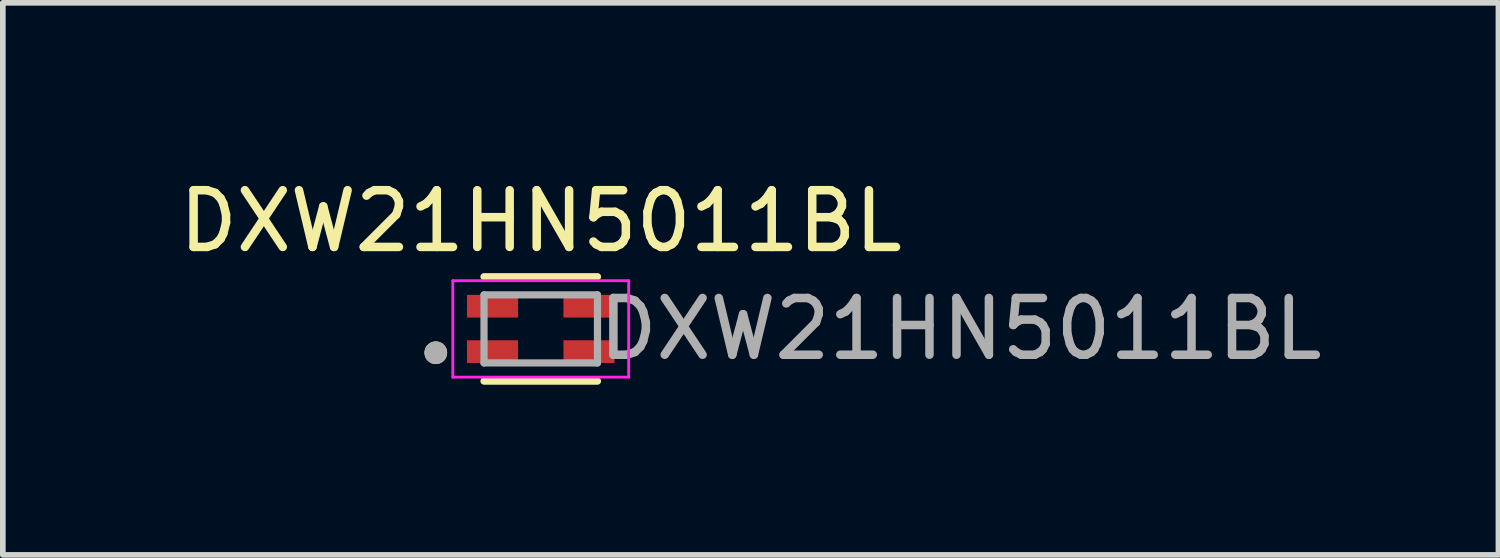
<source format=kicad_pcb>
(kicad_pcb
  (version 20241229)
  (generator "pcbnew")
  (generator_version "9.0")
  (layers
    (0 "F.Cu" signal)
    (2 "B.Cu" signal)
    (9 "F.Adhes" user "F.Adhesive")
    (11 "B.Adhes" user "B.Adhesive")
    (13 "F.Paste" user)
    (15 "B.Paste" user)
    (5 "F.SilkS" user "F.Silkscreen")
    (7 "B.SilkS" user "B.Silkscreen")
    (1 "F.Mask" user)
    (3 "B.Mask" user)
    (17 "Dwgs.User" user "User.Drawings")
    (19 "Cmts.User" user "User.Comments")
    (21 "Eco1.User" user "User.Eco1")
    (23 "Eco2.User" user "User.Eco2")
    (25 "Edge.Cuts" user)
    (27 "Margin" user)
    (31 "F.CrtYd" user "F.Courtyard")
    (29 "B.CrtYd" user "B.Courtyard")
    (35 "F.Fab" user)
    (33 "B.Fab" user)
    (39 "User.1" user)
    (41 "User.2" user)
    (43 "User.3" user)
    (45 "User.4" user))
  (footprint "DXW21HN5011BL"
    (layer "F.Cu")
    (at 6.482 2.748)
    (property "Reference" "DXW21HN5011BL" (at 0 -1.9 0) (layer "F.SilkS") (effects (font (size 1 1) (thickness 0.15))))
    (attr smd)
    (fp_line (start -1 -0.92) (end 1 -0.92) (stroke (width 0.127) (type solid)) (layer "F.SilkS"))
    (fp_line (start 1 0.92) (end -1 0.92) (stroke (width 0.127) (type solid)) (layer "F.SilkS"))
    (fp_circle (center -1.85 0.42) (end -1.75 0.42) (stroke (width 0.2) (type solid)) (fill no) (layer "F.SilkS"))
    (fp_poly (pts (xy -1.25 -0.55) (xy -0.45 -0.55) (xy -0.45 -0.25) (xy -1.25 -0.25)) (stroke (width 0.01) (type solid)) (fill yes) (layer "F.Paste"))
    (fp_poly (pts (xy -1.25 0.25) (xy -0.45 0.25) (xy -0.45 0.55) (xy -1.25 0.55)) (stroke (width 0.01) (type solid)) (fill yes) (layer "F.Paste"))
    (fp_poly (pts (xy 0.45 -0.55) (xy 1.25 -0.55) (xy 1.25 -0.25) (xy 0.45 -0.25)) (stroke (width 0.01) (type solid)) (fill yes) (layer "F.Paste"))
    (fp_poly (pts (xy 0.45 0.25) (xy 1.25 0.25) (xy 1.25 0.55) (xy 0.45 0.55)) (stroke (width 0.01) (type solid)) (fill yes) (layer "F.Paste"))
    (fp_line (start -1.55 -0.85) (end 1.55 -0.85) (stroke (width 0.05) (type solid)) (layer "F.CrtYd"))
    (fp_line (start -1.55 0.85) (end -1.55 -0.85) (stroke (width 0.05) (type solid)) (layer "F.CrtYd"))
    (fp_line (start 1.55 -0.85) (end 1.55 0.85) (stroke (width 0.05) (type solid)) (layer "F.CrtYd"))
    (fp_line (start 1.55 0.85) (end -1.55 0.85) (stroke (width 0.05) (type solid)) (layer "F.CrtYd"))
    (fp_line (start -1 -0.6) (end 1 -0.6) (stroke (width 0.127) (type solid)) (layer "F.Fab"))
    (fp_line (start -1 0.6) (end -1 -0.6) (stroke (width 0.127) (type solid)) (layer "F.Fab"))
    (fp_line (start 1 -0.6) (end 1 0.6) (stroke (width 0.127) (type solid)) (layer "F.Fab"))
    (fp_line (start 1 0.6) (end -1 0.6) (stroke (width 0.127) (type solid)) (layer "F.Fab"))
    (fp_circle (center -1.85 0.42) (end -1.75 0.42) (stroke (width 0.2) (type solid)) (fill no) (layer "F.Fab"))
    (fp_text user "${REFERENCE}" (at 7.4 0 0) (layer "F.Fab") (effects (font (size 1 1) (thickness 0.15))))
    (pad "1" smd rect (at -0.85 0.4) (size 0.9 0.4) (layers "F.Cu" "F.Mask"))
    (pad "2" smd rect (at 0.85 0.4) (size 0.9 0.4) (layers "F.Cu" "F.Mask"))
    (pad "3" smd rect (at 0.85 -0.4) (size 0.9 0.4) (layers "F.Cu" "F.Mask"))
    (pad "4" smd rect (at -0.85 -0.4) (size 0.9 0.4) (layers "F.Cu" "F.Mask")))
  (gr_rect
    (start -3 -3)
    (end 23.364 6.732)
    (stroke (width 0.1) (type default))
    (fill no)
    (layer "Edge.Cuts")))
</source>
